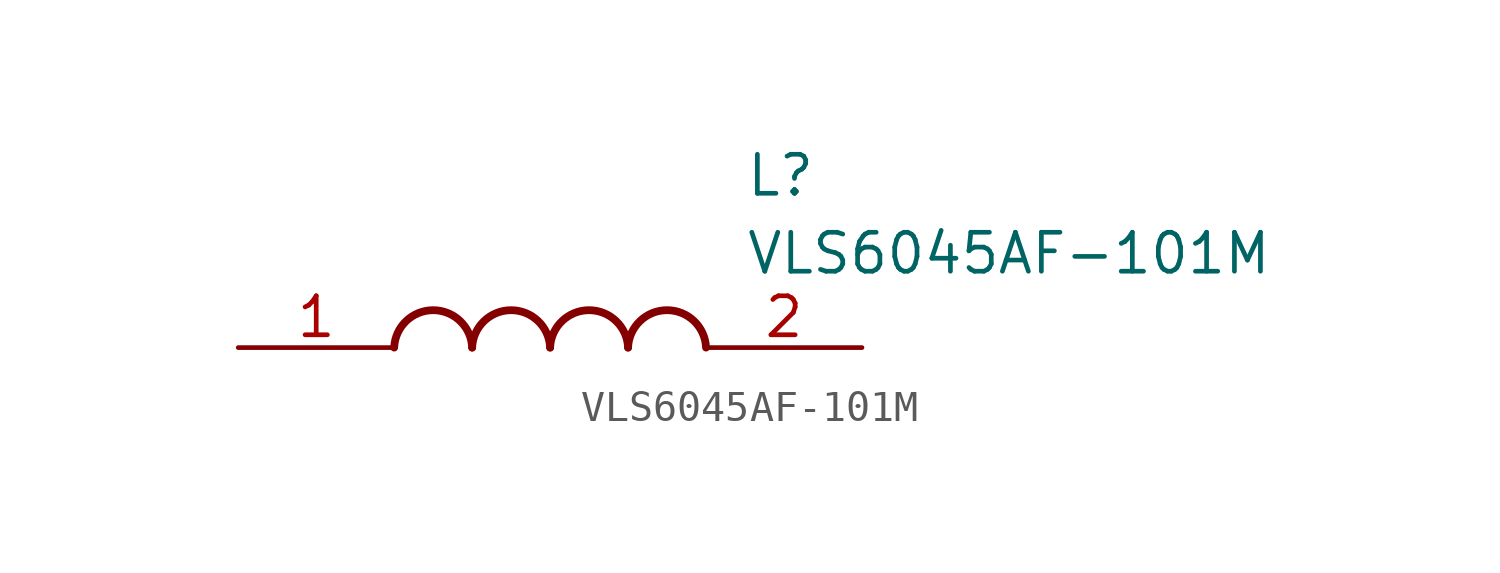
<source format=kicad_sym>
(kicad_symbol_lib
  (version 20211014)
  (generator SamacSys_ECAD_Model)
  (symbol "VLS6045AF-101M"
    (pin_names hide)
    (property "Reference" "L"
      (at 16.51 6.35 0)
      (effects (font (size 1.27 1.27)) (justify left top)))
    (property "Value" "VLS6045AF-101M"
      (at 16.51 3.81 0)
      (effects (font (size 1.27 1.27)) (justify left top)))
    (arc
      (start 7.62 0)
      (mid 6.35 1.219)
      (end 5.08 0)
      (stroke (width 0.254) (type default))
      (fill (type none)))
    (arc
      (start 10.16 0)
      (mid 8.89 1.219)
      (end 7.62 0)
      (stroke (width 0.254) (type default))
      (fill (type none)))
    (arc
      (start 12.7 0)
      (mid 11.43 1.219)
      (end 10.16 0)
      (stroke (width 0.254) (type default))
      (fill (type none)))
    (arc
      (start 15.24 0)
      (mid 13.97 1.219)
      (end 12.7 0)
      (stroke (width 0.254) (type default))
      (fill (type none)))
    (pin passive line
      (at 0 0 0)
      (length 5.08)
      (name "1" (effects (font (size 1.27 1.27))))
      (number "1" (effects (font (size 1.27 1.27)))))
    (pin passive line
      (at 20.32 0 180)
      (length 5.08)
      (name "2" (effects (font (size 1.27 1.27))))
      (number "2" (effects (font (size 1.27 1.27)))))))
</source>
